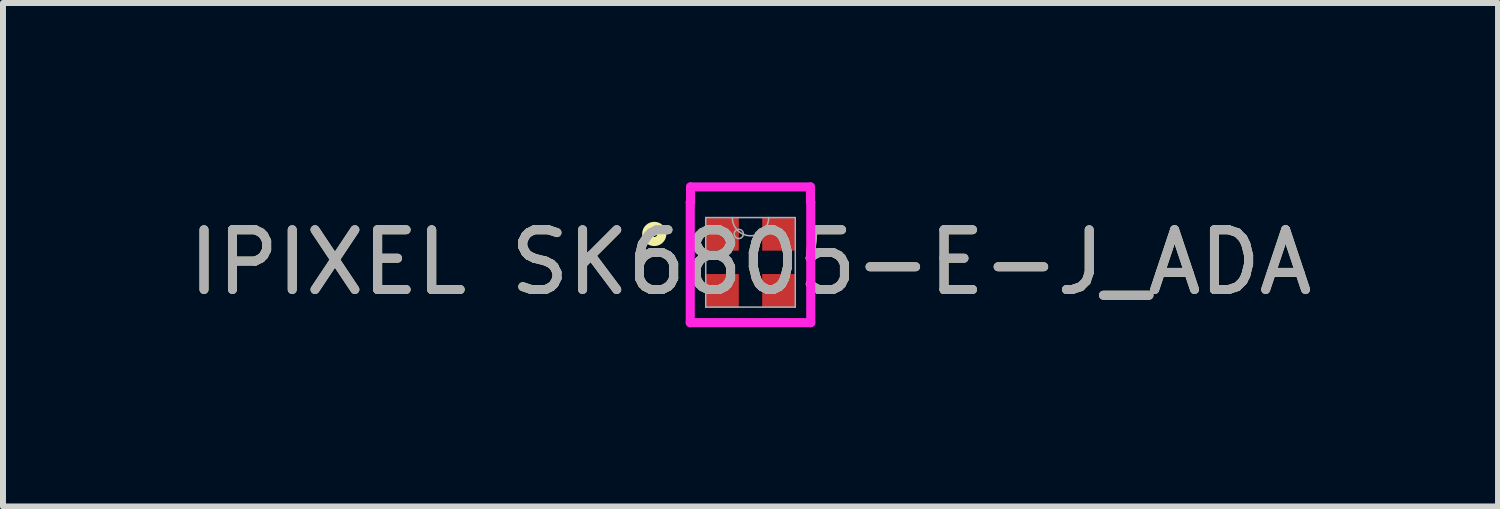
<source format=kicad_pcb>
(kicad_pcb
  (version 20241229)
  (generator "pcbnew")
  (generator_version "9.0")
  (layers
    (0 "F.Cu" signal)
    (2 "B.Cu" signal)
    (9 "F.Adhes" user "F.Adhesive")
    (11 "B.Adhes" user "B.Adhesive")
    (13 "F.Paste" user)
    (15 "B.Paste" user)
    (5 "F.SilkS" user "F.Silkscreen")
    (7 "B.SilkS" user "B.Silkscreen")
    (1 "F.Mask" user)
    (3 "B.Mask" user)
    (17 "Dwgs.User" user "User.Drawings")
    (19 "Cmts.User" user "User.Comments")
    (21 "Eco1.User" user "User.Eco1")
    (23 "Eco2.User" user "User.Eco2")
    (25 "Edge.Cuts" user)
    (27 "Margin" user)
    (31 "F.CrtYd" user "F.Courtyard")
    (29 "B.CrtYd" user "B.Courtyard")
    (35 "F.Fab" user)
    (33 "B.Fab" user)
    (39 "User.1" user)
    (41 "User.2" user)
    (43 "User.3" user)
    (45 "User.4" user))
  (footprint "IPIXEL SK6805-E-J_ADA"
    (layer "F.Cu")
    (at 9.506 1.339)
    (property "Reference" "IPIXEL SK6805-E-J_ADA" (at 0 0 0) (unlocked yes) (layer "F.SilkS") (effects (font (size 1 1) (thickness 0.15))))
    (attr smd)
    (fp_circle (center -1.61 -0.475) (end -1.483 -0.475) (stroke (width 0.152) (type solid)) (fill no) (layer "F.SilkS"))
    (fp_line (start -1.008 -1.008) (end -1.003 -1.008) (stroke (width 0.152) (type solid)) (layer "F.CrtYd"))
    (fp_line (start -1.008 1.008) (end -1.008 -1.008) (stroke (width 0.152) (type solid)) (layer "F.CrtYd"))
    (fp_line (start -1.008 1.008) (end -1.003 1.008) (stroke (width 0.152) (type solid)) (layer "F.CrtYd"))
    (fp_line (start -1.003 -1.262) (end 1.003 -1.262) (stroke (width 0.152) (type solid)) (layer "F.CrtYd"))
    (fp_line (start -1.003 -1.008) (end -1.003 -1.262) (stroke (width 0.152) (type solid)) (layer "F.CrtYd"))
    (fp_line (start -1.003 1.008) (end -1.003 1.008) (stroke (width 0.152) (type solid)) (layer "F.CrtYd"))
    (fp_line (start 1.003 -1.262) (end 1.003 -1.008) (stroke (width 0.152) (type solid)) (layer "F.CrtYd"))
    (fp_line (start 1.003 1.008) (end -1.003 1.008) (stroke (width 0.152) (type solid)) (layer "F.CrtYd"))
    (fp_line (start 1.003 1.008) (end 1.003 1.008) (stroke (width 0.152) (type solid)) (layer "F.CrtYd"))
    (fp_line (start 1.008 -1.008) (end 1.003 -1.008) (stroke (width 0.152) (type solid)) (layer "F.CrtYd"))
    (fp_line (start 1.008 -1.008) (end 1.008 1.008) (stroke (width 0.152) (type solid)) (layer "F.CrtYd"))
    (fp_line (start 1.008 1.008) (end 1.003 1.008) (stroke (width 0.152) (type solid)) (layer "F.CrtYd"))
    (fp_line (start -0.749 -0.749) (end -0.749 0.749) (stroke (width 0.025) (type solid)) (layer "F.Fab"))
    (fp_line (start -0.749 0.749) (end 0.749 0.749) (stroke (width 0.025) (type solid)) (layer "F.Fab"))
    (fp_line (start 0.749 -0.749) (end -0.749 -0.749) (stroke (width 0.025) (type solid)) (layer "F.Fab"))
    (fp_line (start 0.749 0.749) (end 0.749 -0.749) (stroke (width 0.025) (type solid)) (layer "F.Fab"))
    (fp_arc (start 0.3048 -0.7493) (mid 0 -0.4445) (end -0.3048 -0.7493) (stroke (width 0.0254) (type solid)) (layer "F.Fab"))
    (fp_circle (center -0.196 -0.475) (end -0.119 -0.475) (stroke (width 0.025) (type solid)) (fill no) (layer "F.Fab"))
    (fp_text user "${REFERENCE}" (at 0 0 0) (unlocked yes) (layer "F.Fab") (effects (font (size 1 1) (thickness 0.15))))
    (pad "1" smd rect (at -0.475 -0.475) (size 0.559 0.559) (layers "F.Cu" "F.Mask" "F.Paste"))
    (pad "2" smd rect (at -0.475 0.475) (size 0.559 0.559) (layers "F.Cu" "F.Mask" "F.Paste"))
    (pad "3" smd rect (at 0.475 0.475) (size 0.559 0.559) (layers "F.Cu" "F.Mask" "F.Paste"))
    (pad "4" smd rect (at 0.475 -0.475) (size 0.559 0.559) (layers "F.Cu" "F.Mask" "F.Paste")))
  (gr_rect
    (start -3 -3)
    (end 22.012 5.423)
    (stroke (width 0.1) (type default))
    (fill no)
    (layer "Edge.Cuts")))
</source>
